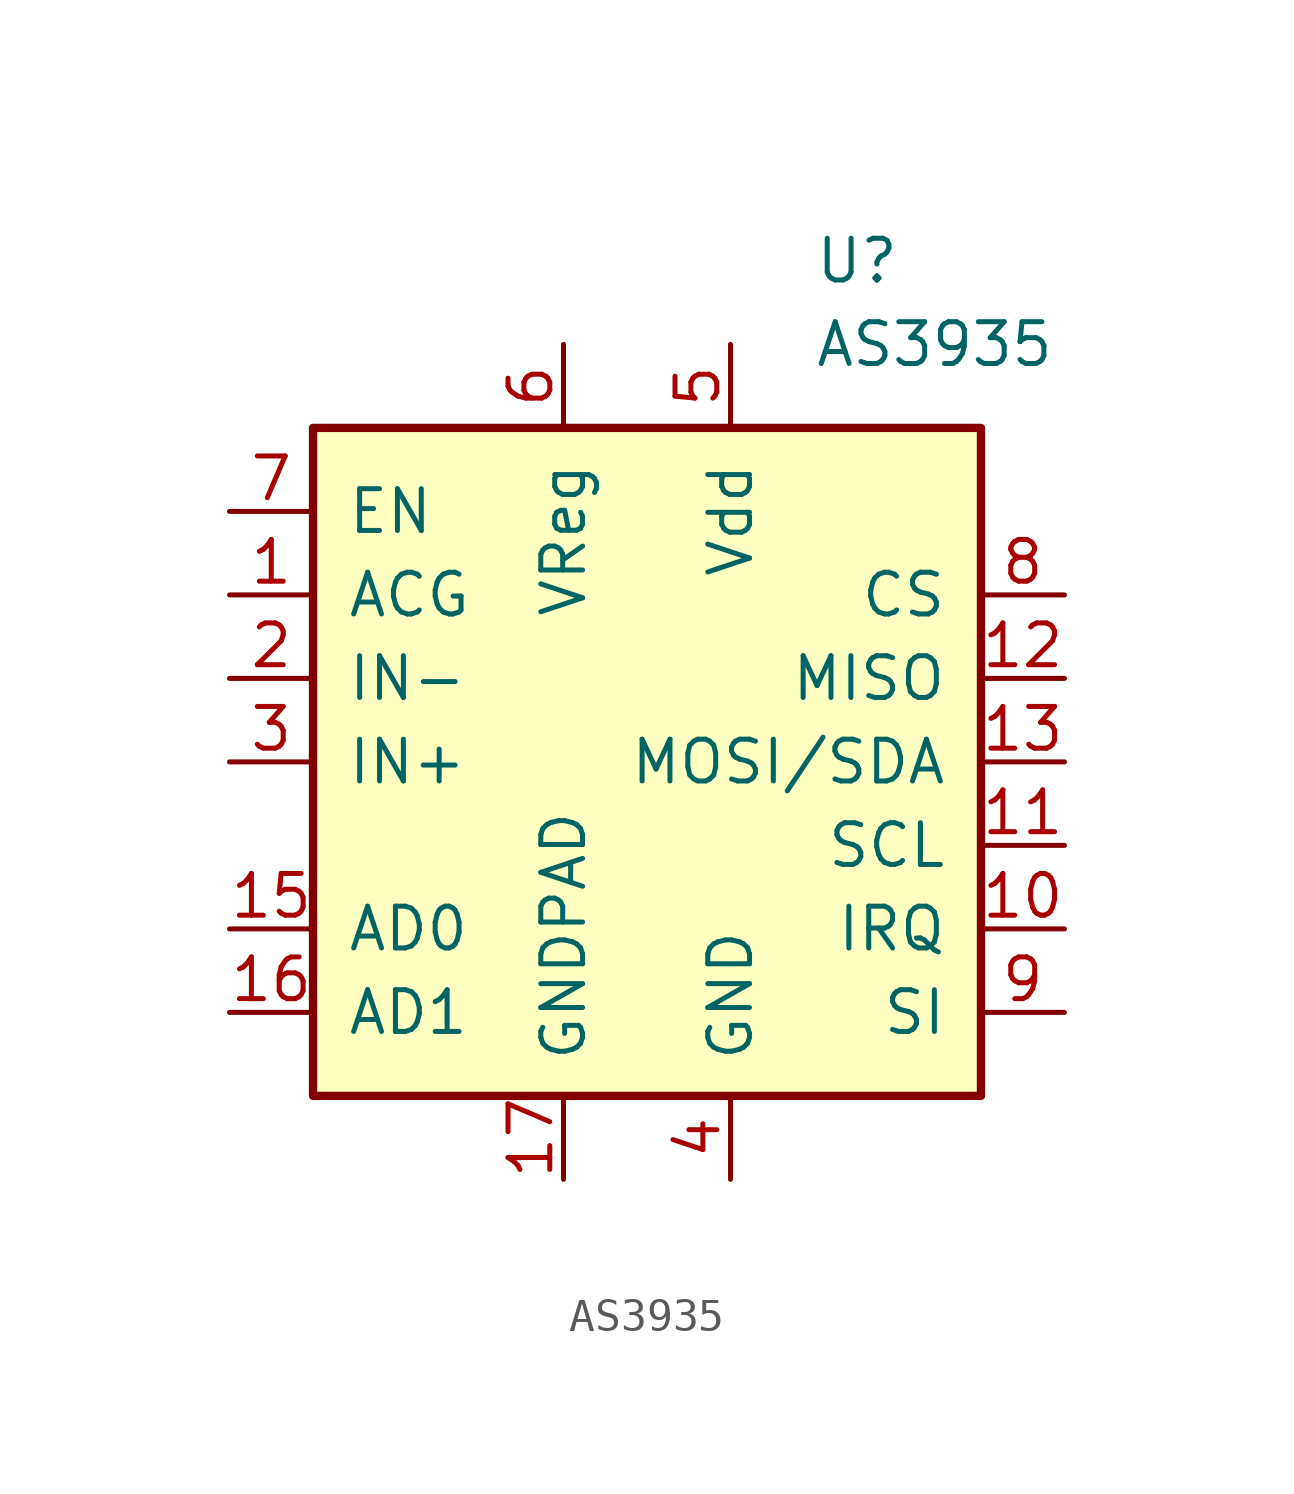
<source format=kicad_sym>
(kicad_symbol_lib
  (version 20211014)
  (generator kicad_symbol_editor)
  (symbol "AS3935"
    (pin_names
      (offset 1.016))
    (property "Reference" "U"
      (at 5.08 15.24 0)
      (effects (font (size 1.27 1.27)) (justify left)))
    (property "Value" "AS3935"
      (at 5.08 12.7 0)
      (effects (font (size 1.27 1.27)) (justify left)))
    (symbol "AS3935_0_1"
      (rectangle (start -10.16 10.16) (end 10.16 -10.16) (stroke (width 0.254) (type default) (color 0 0 0 0)) (fill (type background))))
    (symbol "AS3935_1_1"
      (pin input line (at -12.7 5.08 0) (length 2.54) (name "ACG" (effects (font (size 1.27 1.27)))) (number "1" (effects (font (size 1.27 1.27)))))
      (pin bidirectional line (at 12.7 -5.08 180) (length 2.54) (name "IRQ" (effects (font (size 1.27 1.27)))) (number "10" (effects (font (size 1.27 1.27)))))
      (pin bidirectional line (at 12.7 -2.54 180) (length 2.54) (name "SCL" (effects (font (size 1.27 1.27)))) (number "11" (effects (font (size 1.27 1.27)))))
      (pin output line (at 12.7 2.54 180) (length 2.54) (name "MISO" (effects (font (size 1.27 1.27)))) (number "12" (effects (font (size 1.27 1.27)))))
      (pin bidirectional line (at 12.7 0 180) (length 2.54) (name "MOSI/SDA" (effects (font (size 1.27 1.27)))) (number "13" (effects (font (size 1.27 1.27)))))
      (pin input line (at -12.7 -5.08 0) (length 2.54) (name "AD0" (effects (font (size 1.27 1.27)))) (number "15" (effects (font (size 1.27 1.27)))))
      (pin input line (at -12.7 -7.62 0) (length 2.54) (name "AD1" (effects (font (size 1.27 1.27)))) (number "16" (effects (font (size 1.27 1.27)))))
      (pin power_in line (at -2.54 -12.7 90) (length 2.54) (name "GNDPAD" (effects (font (size 1.27 1.27)))) (number "17" (effects (font (size 1.27 1.27)))))
      (pin input line (at -12.7 2.54 0) (length 2.54) (name "IN-" (effects (font (size 1.27 1.27)))) (number "2" (effects (font (size 1.27 1.27)))))
      (pin input line (at -12.7 0 0) (length 2.54) (name "IN+" (effects (font (size 1.27 1.27)))) (number "3" (effects (font (size 1.27 1.27)))))
      (pin power_in line (at 2.54 -12.7 90) (length 2.54) (name "GND" (effects (font (size 1.27 1.27)))) (number "4" (effects (font (size 1.27 1.27)))))
      (pin power_in line (at 2.54 12.7 270) (length 2.54) (name "Vdd" (effects (font (size 1.27 1.27)))) (number "5" (effects (font (size 1.27 1.27)))))
      (pin passive line (at -2.54 12.7 270) (length 2.54) (name "VReg" (effects (font (size 1.27 1.27)))) (number "6" (effects (font (size 1.27 1.27)))))
      (pin input line (at -12.7 7.62 0) (length 2.54) (name "EN" (effects (font (size 1.27 1.27)))) (number "7" (effects (font (size 1.27 1.27)))))
      (pin input line (at 12.7 5.08 180) (length 2.54) (name "CS" (effects (font (size 1.27 1.27)))) (number "8" (effects (font (size 1.27 1.27)))))
      (pin input line (at 12.7 -7.62 180) (length 2.54) (name "SI" (effects (font (size 1.27 1.27)))) (number "9" (effects (font (size 1.27 1.27))))))))
</source>
